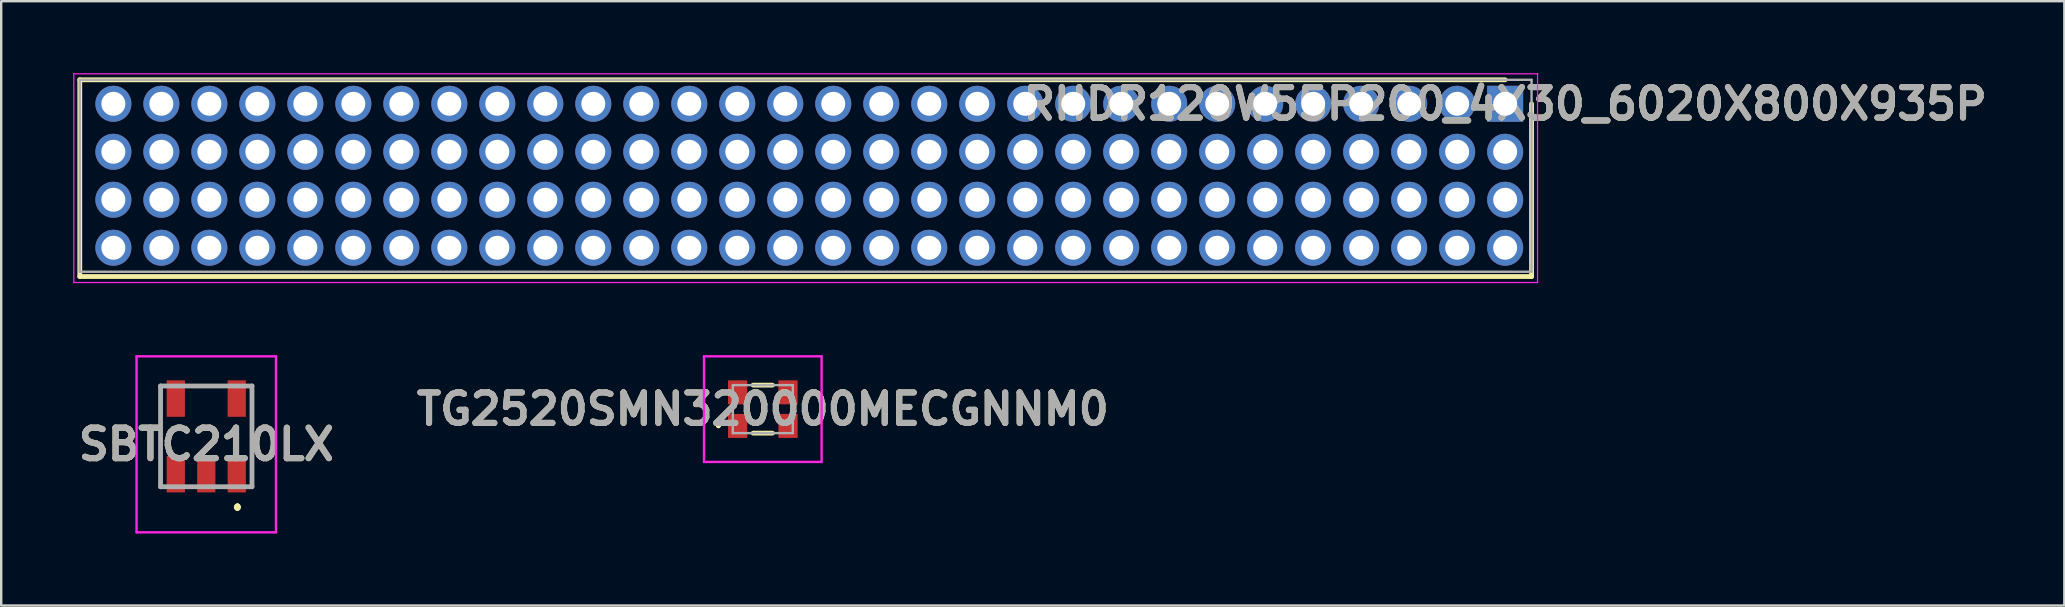
<source format=kicad_pcb>
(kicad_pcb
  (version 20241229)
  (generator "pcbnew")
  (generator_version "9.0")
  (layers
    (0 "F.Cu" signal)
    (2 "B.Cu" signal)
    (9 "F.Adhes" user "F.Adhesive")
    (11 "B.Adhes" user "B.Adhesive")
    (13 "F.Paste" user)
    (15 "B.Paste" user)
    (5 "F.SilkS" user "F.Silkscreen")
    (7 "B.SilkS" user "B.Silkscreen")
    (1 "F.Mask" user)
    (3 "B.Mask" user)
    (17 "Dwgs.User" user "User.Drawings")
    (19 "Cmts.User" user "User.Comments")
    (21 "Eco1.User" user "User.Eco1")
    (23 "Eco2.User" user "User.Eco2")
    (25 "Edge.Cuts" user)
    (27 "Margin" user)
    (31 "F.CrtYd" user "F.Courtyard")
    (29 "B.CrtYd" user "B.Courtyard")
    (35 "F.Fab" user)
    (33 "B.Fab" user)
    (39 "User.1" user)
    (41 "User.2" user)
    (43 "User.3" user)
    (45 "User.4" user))
  (footprint "TG2520SMN320000MECGNNM0"
    (layer "F.Cu")
    (at 28.739 14)
    (property "Reference" "TG2520SMN320000MECGNNM0" (at 0 0 0) (layer "F.SilkS") (effects (font (size 1.27 1.27) (thickness 0.254))))
    (attr smd)
    (fp_line (start -1.9 0.7) (end -1.9 0.7) (stroke (width 0.1) (type solid)) (layer "F.SilkS"))
    (fp_line (start -1.8 0.7) (end -1.8 0.7) (stroke (width 0.1) (type solid)) (layer "F.SilkS"))
    (fp_line (start -0.4 -1) (end 0.4 -1) (stroke (width 0.2) (type solid)) (layer "F.SilkS"))
    (fp_line (start -0.4 1) (end 0.4 1) (stroke (width 0.2) (type solid)) (layer "F.SilkS"))
    (fp_arc (start -1.9 0.7) (mid -1.85 0.65) (end -1.8 0.7) (stroke (width 0.1) (type solid)) (layer "F.SilkS"))
    (fp_arc (start -1.8 0.7) (mid -1.85 0.75) (end -1.9 0.7) (stroke (width 0.1) (type solid)) (layer "F.SilkS"))
    (fp_line (start -2.45 -2.2) (end 2.45 -2.2) (stroke (width 0.1) (type solid)) (layer "F.CrtYd"))
    (fp_line (start -2.45 2.2) (end -2.45 -2.2) (stroke (width 0.1) (type solid)) (layer "F.CrtYd"))
    (fp_line (start 2.45 -2.2) (end 2.45 2.2) (stroke (width 0.1) (type solid)) (layer "F.CrtYd"))
    (fp_line (start 2.45 2.2) (end -2.45 2.2) (stroke (width 0.1) (type solid)) (layer "F.CrtYd"))
    (fp_line (start -1.25 -1) (end 1.25 -1) (stroke (width 0.1) (type solid)) (layer "F.Fab"))
    (fp_line (start -1.25 1) (end -1.25 -1) (stroke (width 0.1) (type solid)) (layer "F.Fab"))
    (fp_line (start 1.25 -1) (end 1.25 1) (stroke (width 0.1) (type solid)) (layer "F.Fab"))
    (fp_line (start 1.25 1) (end -1.25 1) (stroke (width 0.1) (type solid)) (layer "F.Fab"))
    (fp_text user "${REFERENCE}" (at 0 0 0) (layer "F.Fab") (effects (font (size 1.27 1.27) (thickness 0.254))))
    (pad "1" smd rect (at -1.05 0.7) (size 0.8 1) (layers "F.Cu" "F.Mask" "F.Paste"))
    (pad "2" smd rect (at 1.05 0.7) (size 0.8 1) (layers "F.Cu" "F.Mask" "F.Paste"))
    (pad "3" smd rect (at 1.05 -0.7) (size 0.8 1) (layers "F.Cu" "F.Mask" "F.Paste"))
    (pad "4" smd rect (at -1.05 -0.7) (size 0.8 1) (layers "F.Cu" "F.Mask" "F.Paste")))
  (footprint "SBTC210LX"
    (layer "F.Cu")
    (at 5.546 15.135)
    (property "Reference" "SBTC210LX" (at 0 0.333 0) (layer "F.SilkS") (effects (font (size 1.27 1.27) (thickness 0.254))))
    (attr smd)
    (fp_line (start 1.3 2.9) (end 1.3 2.9) (stroke (width 0.2) (type solid)) (layer "F.SilkS"))
    (fp_line (start 1.3 2.9) (end 1.3 2.9) (stroke (width 0.2) (type solid)) (layer "F.SilkS"))
    (fp_line (start 1.3 3) (end 1.3 3) (stroke (width 0.2) (type solid)) (layer "F.SilkS"))
    (fp_arc (start 1.3 2.9) (mid 1.35 2.95) (end 1.3 3) (stroke (width 0.2) (type solid)) (layer "F.SilkS"))
    (fp_arc (start 1.3 3) (mid 1.25 2.95) (end 1.3 2.9) (stroke (width 0.2) (type solid)) (layer "F.SilkS"))
    (fp_arc (start 1.3 3) (mid 1.25 2.95) (end 1.3 2.9) (stroke (width 0.2) (type solid)) (layer "F.SilkS"))
    (fp_line (start -2.905 -3.335) (end 2.905 -3.335) (stroke (width 0.1) (type solid)) (layer "F.CrtYd"))
    (fp_line (start -2.905 4) (end -2.905 -3.335) (stroke (width 0.1) (type solid)) (layer "F.CrtYd"))
    (fp_line (start 2.905 -3.335) (end 2.905 4) (stroke (width 0.1) (type solid)) (layer "F.CrtYd"))
    (fp_line (start 2.905 4) (end -2.905 4) (stroke (width 0.1) (type solid)) (layer "F.CrtYd"))
    (fp_line (start -1.905 -2.1) (end -1.905 2.1) (stroke (width 0.2) (type solid)) (layer "F.Fab"))
    (fp_line (start -1.905 2.1) (end 1.905 2.1) (stroke (width 0.2) (type solid)) (layer "F.Fab"))
    (fp_line (start 1.905 -2.1) (end -1.905 -2.1) (stroke (width 0.2) (type solid)) (layer "F.Fab"))
    (fp_line (start 1.905 2.1) (end 1.905 -2.1) (stroke (width 0.2) (type solid)) (layer "F.Fab"))
    (fp_text user "${REFERENCE}" (at 0 0.333 0) (layer "F.Fab") (effects (font (size 1.27 1.27) (thickness 0.254))))
    (pad "1" smd rect (at 1.27 1.575) (size 0.76 1.52) (layers "F.Cu" "F.Mask" "F.Paste"))
    (pad "2" smd rect (at 0 1.575) (size 0.76 1.52) (layers "F.Cu" "F.Mask" "F.Paste"))
    (pad "3" smd rect (at -1.27 1.575) (size 0.76 1.52) (layers "F.Cu" "F.Mask" "F.Paste"))
    (pad "4" smd rect (at -1.27 -1.575) (size 0.76 1.52) (layers "F.Cu" "F.Mask" "F.Paste"))
    (pad "6" smd rect (at 1.27 -1.575) (size 0.76 1.52) (layers "F.Cu" "F.Mask" "F.Paste")))
  (footprint "RHDR120W55P200_4X30_6020X800X935P"
    (layer "F.Cu")
    (at 59.675 1.275)
    (property "Reference" "RHDR120W55P200_4X30_6020X800X935P" (at 0 0 0) (layer "F.SilkS") (effects (font (size 1.27 1.27) (thickness 0.254))))
    (attr through_hole)
    (fp_line (start -59.4 -1) (end -59.4 7.2) (stroke (width 0.2) (type solid)) (layer "F.SilkS"))
    (fp_line (start -59.4 7.2) (end 1.1 7.2) (stroke (width 0.2) (type solid)) (layer "F.SilkS"))
    (fp_line (start 0 -1) (end -59.4 -1) (stroke (width 0.2) (type solid)) (layer "F.SilkS"))
    (fp_line (start 1.1 7.2) (end 1.1 0) (stroke (width 0.2) (type solid)) (layer "F.SilkS"))
    (fp_line (start -59.65 -1.25) (end -59.65 7.45) (stroke (width 0.05) (type solid)) (layer "F.CrtYd"))
    (fp_line (start -59.65 7.45) (end 1.35 7.45) (stroke (width 0.05) (type solid)) (layer "F.CrtYd"))
    (fp_line (start 1.35 -1.25) (end -59.65 -1.25) (stroke (width 0.05) (type solid)) (layer "F.CrtYd"))
    (fp_line (start 1.35 7.45) (end 1.35 -1.25) (stroke (width 0.05) (type solid)) (layer "F.CrtYd"))
    (fp_line (start -59.4 -1) (end -59.4 7) (stroke (width 0.1) (type solid)) (layer "F.Fab"))
    (fp_line (start -59.4 7) (end 1.1 7) (stroke (width 0.1) (type solid)) (layer "F.Fab"))
    (fp_line (start 1.1 -1) (end -59.4 -1) (stroke (width 0.1) (type solid)) (layer "F.Fab"))
    (fp_line (start 1.1 7) (end 1.1 -1) (stroke (width 0.1) (type solid)) (layer "F.Fab"))
    (fp_text user "${REFERENCE}" (at 0 0 0) (layer "F.Fab") (effects (font (size 1.27 1.27) (thickness 0.254))))
    (pad "1" thru_hole rect (at 0 0) (size 1.5 1.5) (drill 1) (layers "*.Cu" "*.Mask"))
    (pad "2" thru_hole circle (at -2 0) (size 1.5 1.5) (drill 1) (layers "*.Cu" "*.Mask"))
    (pad "3" thru_hole circle (at -4 0) (size 1.5 1.5) (drill 1) (layers "*.Cu" "*.Mask"))
    (pad "4" thru_hole circle (at -6 0) (size 1.5 1.5) (drill 1) (layers "*.Cu" "*.Mask"))
    (pad "5" thru_hole circle (at -8 0) (size 1.5 1.5) (drill 1) (layers "*.Cu" "*.Mask"))
    (pad "6" thru_hole circle (at -10 0) (size 1.5 1.5) (drill 1) (layers "*.Cu" "*.Mask"))
    (pad "7" thru_hole circle (at -12 0) (size 1.5 1.5) (drill 1) (layers "*.Cu" "*.Mask"))
    (pad "8" thru_hole circle (at -14 0) (size 1.5 1.5) (drill 1) (layers "*.Cu" "*.Mask"))
    (pad "9" thru_hole circle (at -16 0) (size 1.5 1.5) (drill 1) (layers "*.Cu" "*.Mask"))
    (pad "10" thru_hole circle (at -18 0) (size 1.5 1.5) (drill 1) (layers "*.Cu" "*.Mask"))
    (pad "11" thru_hole circle (at -20 0) (size 1.5 1.5) (drill 1) (layers "*.Cu" "*.Mask"))
    (pad "12" thru_hole circle (at -22 0) (size 1.5 1.5) (drill 1) (layers "*.Cu" "*.Mask"))
    (pad "13" thru_hole circle (at -24 0) (size 1.5 1.5) (drill 1) (layers "*.Cu" "*.Mask"))
    (pad "14" thru_hole circle (at -26 0) (size 1.5 1.5) (drill 1) (layers "*.Cu" "*.Mask"))
    (pad "15" thru_hole circle (at -28 0) (size 1.5 1.5) (drill 1) (layers "*.Cu" "*.Mask"))
    (pad "16" thru_hole circle (at -30 0) (size 1.5 1.5) (drill 1) (layers "*.Cu" "*.Mask"))
    (pad "17" thru_hole circle (at -32 0) (size 1.5 1.5) (drill 1) (layers "*.Cu" "*.Mask"))
    (pad "18" thru_hole circle (at -34 0) (size 1.5 1.5) (drill 1) (layers "*.Cu" "*.Mask"))
    (pad "19" thru_hole circle (at -36 0) (size 1.5 1.5) (drill 1) (layers "*.Cu" "*.Mask"))
    (pad "20" thru_hole circle (at -38 0) (size 1.5 1.5) (drill 1) (layers "*.Cu" "*.Mask"))
    (pad "21" thru_hole circle (at -40 0) (size 1.5 1.5) (drill 1) (layers "*.Cu" "*.Mask"))
    (pad "22" thru_hole circle (at -42 0) (size 1.5 1.5) (drill 1) (layers "*.Cu" "*.Mask"))
    (pad "23" thru_hole circle (at -44 0) (size 1.5 1.5) (drill 1) (layers "*.Cu" "*.Mask"))
    (pad "24" thru_hole circle (at -46 0) (size 1.5 1.5) (drill 1) (layers "*.Cu" "*.Mask"))
    (pad "25" thru_hole circle (at -48 0) (size 1.5 1.5) (drill 1) (layers "*.Cu" "*.Mask"))
    (pad "26" thru_hole circle (at -50 0) (size 1.5 1.5) (drill 1) (layers "*.Cu" "*.Mask"))
    (pad "27" thru_hole circle (at -52 0) (size 1.5 1.5) (drill 1) (layers "*.Cu" "*.Mask"))
    (pad "28" thru_hole circle (at -54 0) (size 1.5 1.5) (drill 1) (layers "*.Cu" "*.Mask"))
    (pad "29" thru_hole circle (at -56 0) (size 1.5 1.5) (drill 1) (layers "*.Cu" "*.Mask"))
    (pad "30" thru_hole circle (at -58 0) (size 1.5 1.5) (drill 1) (layers "*.Cu" "*.Mask"))
    (pad "31" thru_hole circle (at 0 2) (size 1.5 1.5) (drill 1) (layers "*.Cu" "*.Mask"))
    (pad "32" thru_hole circle (at -2 2) (size 1.5 1.5) (drill 1) (layers "*.Cu" "*.Mask"))
    (pad "33" thru_hole circle (at -4 2) (size 1.5 1.5) (drill 1) (layers "*.Cu" "*.Mask"))
    (pad "34" thru_hole circle (at -6 2) (size 1.5 1.5) (drill 1) (layers "*.Cu" "*.Mask"))
    (pad "35" thru_hole circle (at -8 2) (size 1.5 1.5) (drill 1) (layers "*.Cu" "*.Mask"))
    (pad "36" thru_hole circle (at -10 2) (size 1.5 1.5) (drill 1) (layers "*.Cu" "*.Mask"))
    (pad "37" thru_hole circle (at -12 2) (size 1.5 1.5) (drill 1) (layers "*.Cu" "*.Mask"))
    (pad "38" thru_hole circle (at -14 2) (size 1.5 1.5) (drill 1) (layers "*.Cu" "*.Mask"))
    (pad "39" thru_hole circle (at -16 2) (size 1.5 1.5) (drill 1) (layers "*.Cu" "*.Mask"))
    (pad "40" thru_hole circle (at -18 2) (size 1.5 1.5) (drill 1) (layers "*.Cu" "*.Mask"))
    (pad "41" thru_hole circle (at -20 2) (size 1.5 1.5) (drill 1) (layers "*.Cu" "*.Mask"))
    (pad "42" thru_hole circle (at -22 2) (size 1.5 1.5) (drill 1) (layers "*.Cu" "*.Mask"))
    (pad "43" thru_hole circle (at -24 2) (size 1.5 1.5) (drill 1) (layers "*.Cu" "*.Mask"))
    (pad "44" thru_hole circle (at -26 2) (size 1.5 1.5) (drill 1) (layers "*.Cu" "*.Mask"))
    (pad "45" thru_hole circle (at -28 2) (size 1.5 1.5) (drill 1) (layers "*.Cu" "*.Mask"))
    (pad "46" thru_hole circle (at -30 2) (size 1.5 1.5) (drill 1) (layers "*.Cu" "*.Mask"))
    (pad "47" thru_hole circle (at -32 2) (size 1.5 1.5) (drill 1) (layers "*.Cu" "*.Mask"))
    (pad "48" thru_hole circle (at -34 2) (size 1.5 1.5) (drill 1) (layers "*.Cu" "*.Mask"))
    (pad "49" thru_hole circle (at -36 2) (size 1.5 1.5) (drill 1) (layers "*.Cu" "*.Mask"))
    (pad "50" thru_hole circle (at -38 2) (size 1.5 1.5) (drill 1) (layers "*.Cu" "*.Mask"))
    (pad "51" thru_hole circle (at -40 2) (size 1.5 1.5) (drill 1) (layers "*.Cu" "*.Mask"))
    (pad "52" thru_hole circle (at -42 2) (size 1.5 1.5) (drill 1) (layers "*.Cu" "*.Mask"))
    (pad "53" thru_hole circle (at -44 2) (size 1.5 1.5) (drill 1) (layers "*.Cu" "*.Mask"))
    (pad "54" thru_hole circle (at -46 2) (size 1.5 1.5) (drill 1) (layers "*.Cu" "*.Mask"))
    (pad "55" thru_hole circle (at -48 2) (size 1.5 1.5) (drill 1) (layers "*.Cu" "*.Mask"))
    (pad "56" thru_hole circle (at -50 2) (size 1.5 1.5) (drill 1) (layers "*.Cu" "*.Mask"))
    (pad "57" thru_hole circle (at -52 2) (size 1.5 1.5) (drill 1) (layers "*.Cu" "*.Mask"))
    (pad "58" thru_hole circle (at -54 2) (size 1.5 1.5) (drill 1) (layers "*.Cu" "*.Mask"))
    (pad "59" thru_hole circle (at -56 2) (size 1.5 1.5) (drill 1) (layers "*.Cu" "*.Mask"))
    (pad "60" thru_hole circle (at -58 2) (size 1.5 1.5) (drill 1) (layers "*.Cu" "*.Mask"))
    (pad "61" thru_hole circle (at 0 4) (size 1.5 1.5) (drill 1) (layers "*.Cu" "*.Mask"))
    (pad "62" thru_hole circle (at -2 4) (size 1.5 1.5) (drill 1) (layers "*.Cu" "*.Mask"))
    (pad "63" thru_hole circle (at -4 4) (size 1.5 1.5) (drill 1) (layers "*.Cu" "*.Mask"))
    (pad "64" thru_hole circle (at -6 4) (size 1.5 1.5) (drill 1) (layers "*.Cu" "*.Mask"))
    (pad "65" thru_hole circle (at -8 4) (size 1.5 1.5) (drill 1) (layers "*.Cu" "*.Mask"))
    (pad "66" thru_hole circle (at -10 4) (size 1.5 1.5) (drill 1) (layers "*.Cu" "*.Mask"))
    (pad "67" thru_hole circle (at -12 4) (size 1.5 1.5) (drill 1) (layers "*.Cu" "*.Mask"))
    (pad "68" thru_hole circle (at -14 4) (size 1.5 1.5) (drill 1) (layers "*.Cu" "*.Mask"))
    (pad "69" thru_hole circle (at -16 4) (size 1.5 1.5) (drill 1) (layers "*.Cu" "*.Mask"))
    (pad "70" thru_hole circle (at -18 4) (size 1.5 1.5) (drill 1) (layers "*.Cu" "*.Mask"))
    (pad "71" thru_hole circle (at -20 4) (size 1.5 1.5) (drill 1) (layers "*.Cu" "*.Mask"))
    (pad "72" thru_hole circle (at -22 4) (size 1.5 1.5) (drill 1) (layers "*.Cu" "*.Mask"))
    (pad "73" thru_hole circle (at -24 4) (size 1.5 1.5) (drill 1) (layers "*.Cu" "*.Mask"))
    (pad "74" thru_hole circle (at -26 4) (size 1.5 1.5) (drill 1) (layers "*.Cu" "*.Mask"))
    (pad "75" thru_hole circle (at -28 4) (size 1.5 1.5) (drill 1) (layers "*.Cu" "*.Mask"))
    (pad "76" thru_hole circle (at -30 4) (size 1.5 1.5) (drill 1) (layers "*.Cu" "*.Mask"))
    (pad "77" thru_hole circle (at -32 4) (size 1.5 1.5) (drill 1) (layers "*.Cu" "*.Mask"))
    (pad "78" thru_hole circle (at -34 4) (size 1.5 1.5) (drill 1) (layers "*.Cu" "*.Mask"))
    (pad "79" thru_hole circle (at -36 4) (size 1.5 1.5) (drill 1) (layers "*.Cu" "*.Mask"))
    (pad "80" thru_hole circle (at -38 4) (size 1.5 1.5) (drill 1) (layers "*.Cu" "*.Mask"))
    (pad "81" thru_hole circle (at -40 4) (size 1.5 1.5) (drill 1) (layers "*.Cu" "*.Mask"))
    (pad "82" thru_hole circle (at -42 4) (size 1.5 1.5) (drill 1) (layers "*.Cu" "*.Mask"))
    (pad "83" thru_hole circle (at -44 4) (size 1.5 1.5) (drill 1) (layers "*.Cu" "*.Mask"))
    (pad "84" thru_hole circle (at -46 4) (size 1.5 1.5) (drill 1) (layers "*.Cu" "*.Mask"))
    (pad "85" thru_hole circle (at -48 4) (size 1.5 1.5) (drill 1) (layers "*.Cu" "*.Mask"))
    (pad "86" thru_hole circle (at -50 4) (size 1.5 1.5) (drill 1) (layers "*.Cu" "*.Mask"))
    (pad "87" thru_hole circle (at -52 4) (size 1.5 1.5) (drill 1) (layers "*.Cu" "*.Mask"))
    (pad "88" thru_hole circle (at -54 4) (size 1.5 1.5) (drill 1) (layers "*.Cu" "*.Mask"))
    (pad "89" thru_hole circle (at -56 4) (size 1.5 1.5) (drill 1) (layers "*.Cu" "*.Mask"))
    (pad "90" thru_hole circle (at -58 4) (size 1.5 1.5) (drill 1) (layers "*.Cu" "*.Mask"))
    (pad "91" thru_hole circle (at 0 6) (size 1.5 1.5) (drill 1) (layers "*.Cu" "*.Mask"))
    (pad "92" thru_hole circle (at -2 6) (size 1.5 1.5) (drill 1) (layers "*.Cu" "*.Mask"))
    (pad "93" thru_hole circle (at -4 6) (size 1.5 1.5) (drill 1) (layers "*.Cu" "*.Mask"))
    (pad "94" thru_hole circle (at -6 6) (size 1.5 1.5) (drill 1) (layers "*.Cu" "*.Mask"))
    (pad "95" thru_hole circle (at -8 6) (size 1.5 1.5) (drill 1) (layers "*.Cu" "*.Mask"))
    (pad "96" thru_hole circle (at -10 6) (size 1.5 1.5) (drill 1) (layers "*.Cu" "*.Mask"))
    (pad "97" thru_hole circle (at -12 6) (size 1.5 1.5) (drill 1) (layers "*.Cu" "*.Mask"))
    (pad "98" thru_hole circle (at -14 6) (size 1.5 1.5) (drill 1) (layers "*.Cu" "*.Mask"))
    (pad "99" thru_hole circle (at -16 6) (size 1.5 1.5) (drill 1) (layers "*.Cu" "*.Mask"))
    (pad "100" thru_hole circle (at -18 6) (size 1.5 1.5) (drill 1) (layers "*.Cu" "*.Mask"))
    (pad "101" thru_hole circle (at -20 6) (size 1.5 1.5) (drill 1) (layers "*.Cu" "*.Mask"))
    (pad "102" thru_hole circle (at -22 6) (size 1.5 1.5) (drill 1) (layers "*.Cu" "*.Mask"))
    (pad "103" thru_hole circle (at -24 6) (size 1.5 1.5) (drill 1) (layers "*.Cu" "*.Mask"))
    (pad "104" thru_hole circle (at -26 6) (size 1.5 1.5) (drill 1) (layers "*.Cu" "*.Mask"))
    (pad "105" thru_hole circle (at -28 6) (size 1.5 1.5) (drill 1) (layers "*.Cu" "*.Mask"))
    (pad "106" thru_hole circle (at -30 6) (size 1.5 1.5) (drill 1) (layers "*.Cu" "*.Mask"))
    (pad "107" thru_hole circle (at -32 6) (size 1.5 1.5) (drill 1) (layers "*.Cu" "*.Mask"))
    (pad "108" thru_hole circle (at -34 6) (size 1.5 1.5) (drill 1) (layers "*.Cu" "*.Mask"))
    (pad "109" thru_hole circle (at -36 6) (size 1.5 1.5) (drill 1) (layers "*.Cu" "*.Mask"))
    (pad "110" thru_hole circle (at -38 6) (size 1.5 1.5) (drill 1) (layers "*.Cu" "*.Mask"))
    (pad "111" thru_hole circle (at -40 6) (size 1.5 1.5) (drill 1) (layers "*.Cu" "*.Mask"))
    (pad "112" thru_hole circle (at -42 6) (size 1.5 1.5) (drill 1) (layers "*.Cu" "*.Mask"))
    (pad "113" thru_hole circle (at -44 6) (size 1.5 1.5) (drill 1) (layers "*.Cu" "*.Mask"))
    (pad "114" thru_hole circle (at -46 6) (size 1.5 1.5) (drill 1) (layers "*.Cu" "*.Mask"))
    (pad "115" thru_hole circle (at -48 6) (size 1.5 1.5) (drill 1) (layers "*.Cu" "*.Mask"))
    (pad "116" thru_hole circle (at -50 6) (size 1.5 1.5) (drill 1) (layers "*.Cu" "*.Mask"))
    (pad "117" thru_hole circle (at -52 6) (size 1.5 1.5) (drill 1) (layers "*.Cu" "*.Mask"))
    (pad "118" thru_hole circle (at -54 6) (size 1.5 1.5) (drill 1) (layers "*.Cu" "*.Mask"))
    (pad "119" thru_hole circle (at -56 6) (size 1.5 1.5) (drill 1) (layers "*.Cu" "*.Mask"))
    (pad "120" thru_hole circle (at -58 6) (size 1.5 1.5) (drill 1) (layers "*.Cu" "*.Mask")))
  (gr_rect
    (start -3 -3)
    (end 82.977 22.185)
    (stroke (width 0.1) (type default))
    (fill no)
    (layer "Edge.Cuts")))
</source>
